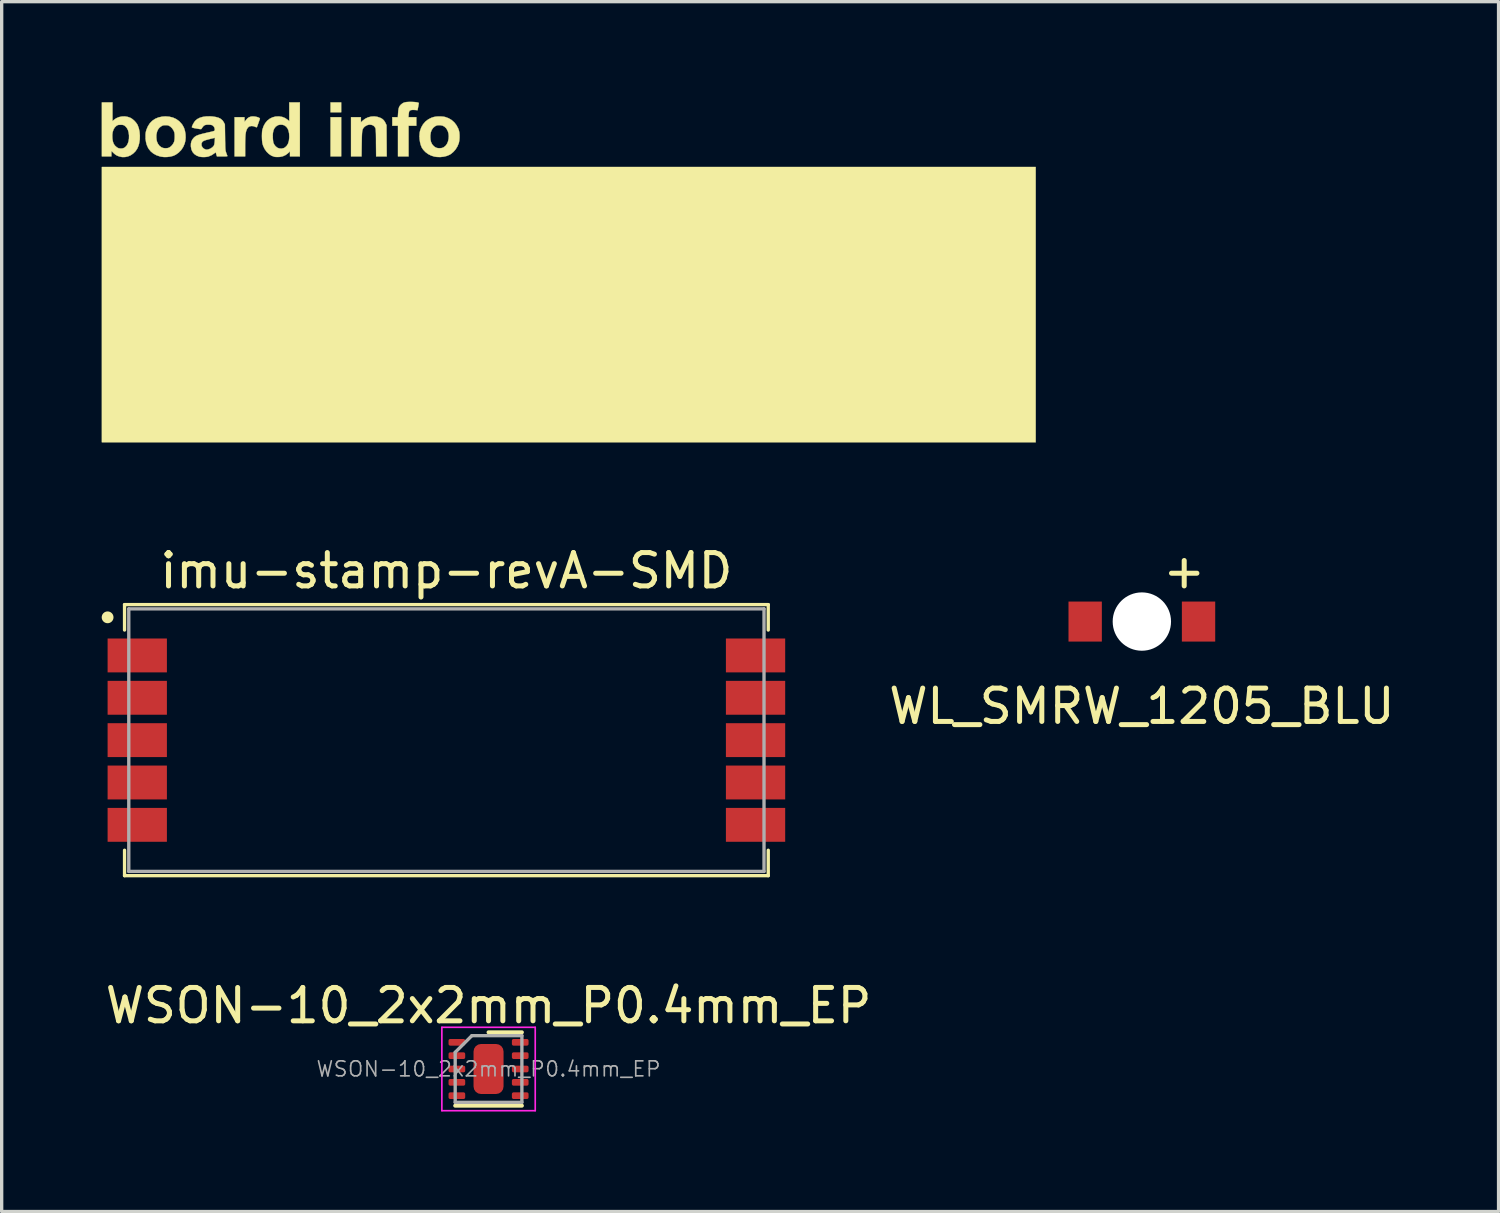
<source format=kicad_pcb>
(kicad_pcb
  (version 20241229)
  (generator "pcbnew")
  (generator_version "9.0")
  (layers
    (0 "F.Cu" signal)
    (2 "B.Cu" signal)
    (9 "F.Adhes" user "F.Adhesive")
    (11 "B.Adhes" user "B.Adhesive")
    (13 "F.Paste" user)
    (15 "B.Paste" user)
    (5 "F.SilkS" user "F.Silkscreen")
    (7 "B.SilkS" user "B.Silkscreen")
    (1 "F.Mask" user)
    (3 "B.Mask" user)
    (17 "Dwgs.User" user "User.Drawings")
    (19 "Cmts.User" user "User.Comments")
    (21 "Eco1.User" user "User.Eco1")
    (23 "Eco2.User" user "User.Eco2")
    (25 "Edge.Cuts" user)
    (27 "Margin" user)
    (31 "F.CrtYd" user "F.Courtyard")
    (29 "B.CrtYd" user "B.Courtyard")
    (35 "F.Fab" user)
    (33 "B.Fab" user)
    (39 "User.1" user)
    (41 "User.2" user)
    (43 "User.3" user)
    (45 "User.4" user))
  (footprint "WSON-10_2x2mm_P0.4mm_EP"
    (layer "F.Cu")
    (at 11.601 29.008)
    (property "Reference" "WSON-10_2x2mm_P0.4mm_EP" (at 0 -1.9 0) (layer "F.SilkS") (effects (font (size 1 1) (thickness 0.15))))
    (attr smd)
    (fp_line (start 1 -1.1) (end 0 -1.1) (stroke (width 0.12) (type solid)) (layer "F.SilkS"))
    (fp_line (start 1 1.1) (end -1 1.1) (stroke (width 0.12) (type solid)) (layer "F.SilkS"))
    (fp_line (start -1.4 1.25) (end -1.4 -1.25) (stroke (width 0.05) (type solid)) (layer "F.CrtYd"))
    (fp_line (start -1.4 1.25) (end 1.4 1.25) (stroke (width 0.05) (type solid)) (layer "F.CrtYd"))
    (fp_line (start 1.4 -1.25) (end -1.4 -1.25) (stroke (width 0.05) (type solid)) (layer "F.CrtYd"))
    (fp_line (start 1.4 -1.25) (end 1.4 1.25) (stroke (width 0.05) (type solid)) (layer "F.CrtYd"))
    (fp_line (start -1 -0.5) (end -1 1) (stroke (width 0.1) (type solid)) (layer "F.Fab"))
    (fp_line (start -0.5 -1) (end -1 -0.5) (stroke (width 0.1) (type solid)) (layer "F.Fab"))
    (fp_line (start 1 -1) (end -0.5 -1) (stroke (width 0.1) (type solid)) (layer "F.Fab"))
    (fp_line (start 1 1) (end -1 1) (stroke (width 0.1) (type solid)) (layer "F.Fab"))
    (fp_line (start 1 1) (end 1 -1) (stroke (width 0.1) (type solid)) (layer "F.Fab"))
    (fp_text user "${REFERENCE}" (at 0 0 0) (layer "F.Fab") (effects (font (size 0.45 0.45) (thickness 0.05))))
    (pad "1" smd roundrect (at -0.95 -0.8) (size 0.5 0.2) (layers "F.Cu" "F.Mask" "F.Paste") (roundrect_rratio 0.25))
    (pad "2" smd roundrect (at -0.95 -0.4) (size 0.5 0.2) (layers "F.Cu" "F.Mask" "F.Paste") (roundrect_rratio 0.25))
    (pad "3" smd roundrect (at -0.95 0) (size 0.5 0.2) (layers "F.Cu" "F.Mask" "F.Paste") (roundrect_rratio 0.25))
    (pad "4" smd roundrect (at -0.95 0.4) (size 0.5 0.2) (layers "F.Cu" "F.Mask" "F.Paste") (roundrect_rratio 0.25))
    (pad "5" smd roundrect (at -0.95 0.8) (size 0.5 0.2) (layers "F.Cu" "F.Mask" "F.Paste") (roundrect_rratio 0.25))
    (pad "6" smd roundrect (at 0.95 0.8) (size 0.5 0.2) (layers "F.Cu" "F.Mask" "F.Paste") (roundrect_rratio 0.25))
    (pad "7" smd roundrect (at 0.95 0.4) (size 0.5 0.2) (layers "F.Cu" "F.Mask" "F.Paste") (roundrect_rratio 0.25))
    (pad "8" smd roundrect (at 0.95 0) (size 0.5 0.2) (layers "F.Cu" "F.Mask" "F.Paste") (roundrect_rratio 0.25))
    (pad "9" smd roundrect (at 0.95 -0.4) (size 0.5 0.2) (layers "F.Cu" "F.Mask" "F.Paste") (roundrect_rratio 0.25))
    (pad "10" smd roundrect (at 0.95 -0.8) (size 0.5 0.2) (layers "F.Cu" "F.Mask" "F.Paste") (roundrect_rratio 0.25))
    (pad "11" smd roundrect (at 0 0) (size 0.9 1.5) (layers "F.Cu" "F.Mask" "F.Paste") (roundrect_rratio 0.25)))
  (footprint "board_info_block_bot"
    (layer "F.Cu")
    (at 14.007 5.101)
    (property "Reference" "board_info_block_bot" (at 0 0 0) (layer "F.SilkS") (effects (font (size 1.27 1.27) (thickness 0.15))))
    (attr through_hole)
    (fp_poly (pts (xy -6.826 -4.784) (xy -7.144 -4.784) (xy -7.144 -5.08) (xy -6.826 -5.08) (xy -6.826 -4.784)) (stroke (width 0.01) (type solid)) (fill yes) (layer "F.SilkS"))
    (fp_poly (pts (xy -6.826 -3.461) (xy -7.144 -3.461) (xy -7.144 -4.636) (xy -6.826 -4.636) (xy -6.826 -3.461)) (stroke (width 0.01) (type solid)) (fill yes) (layer "F.SilkS"))
    (fp_poly (pts (xy 14.002 5.112) (xy -14.002 5.112) (xy -14.002 -3.143) (xy 14.002 -3.143) (xy 14.002 5.112)) (stroke (width 0.01) (type solid)) (fill yes) (layer "F.SilkS"))
    (fp_poly (pts (xy -4.674 -5.094) (xy -4.613 -5.09) (xy -4.562 -5.084) (xy -4.524 -5.076) (xy -4.502 -5.066) (xy -4.498 -5.06) (xy -4.499 -5.048) (xy -4.504 -5.019) (xy -4.511 -4.979) (xy -4.516 -4.95) (xy -4.535 -4.846) (xy -4.622 -4.854) (xy -4.688 -4.855) (xy -4.736 -4.849) (xy -4.769 -4.833) (xy -4.785 -4.813) (xy -4.791 -4.793) (xy -4.797 -4.758) (xy -4.802 -4.717) (xy -4.802 -4.714) (xy -4.808 -4.636) (xy -4.572 -4.636) (xy -4.572 -4.381) (xy -4.805 -4.381) (xy -4.805 -3.461) (xy -5.122 -3.461) (xy -5.122 -4.381) (xy -5.292 -4.381) (xy -5.292 -4.636) (xy -5.126 -4.636) (xy -5.119 -4.749) (xy -5.113 -4.828) (xy -5.103 -4.889) (xy -5.089 -4.937) (xy -5.068 -4.975) (xy -5.04 -5.008) (xy -5.034 -5.014) (xy -4.997 -5.044) (xy -4.959 -5.067) (xy -4.916 -5.082) (xy -4.864 -5.091) (xy -4.798 -5.095) (xy -4.741 -5.096) (xy -4.674 -5.094)) (stroke (width 0.01) (type solid)) (fill yes) (layer "F.SilkS"))
    (fp_poly (pts (xy -9.429 -4.657) (xy -9.382 -4.65) (xy -9.337 -4.639) (xy -9.3 -4.625) (xy -9.273 -4.61) (xy -9.263 -4.595) (xy -9.263 -4.59) (xy -9.268 -4.575) (xy -9.279 -4.545) (xy -9.293 -4.504) (xy -9.308 -4.461) (xy -9.325 -4.414) (xy -9.339 -4.375) (xy -9.35 -4.347) (xy -9.356 -4.336) (xy -9.369 -4.335) (xy -9.394 -4.343) (xy -9.408 -4.35) (xy -9.461 -4.368) (xy -9.517 -4.372) (xy -9.569 -4.363) (xy -9.591 -4.353) (xy -9.627 -4.32) (xy -9.657 -4.269) (xy -9.68 -4.202) (xy -9.694 -4.122) (xy -9.697 -4.085) (xy -9.7 -4.031) (xy -9.702 -3.964) (xy -9.704 -3.888) (xy -9.705 -3.807) (xy -9.705 -3.744) (xy -9.705 -3.461) (xy -10.022 -3.461) (xy -10.022 -4.636) (xy -9.727 -4.636) (xy -9.724 -4.567) (xy -9.721 -4.498) (xy -9.676 -4.556) (xy -9.637 -4.6) (xy -9.597 -4.63) (xy -9.549 -4.649) (xy -9.515 -4.657) (xy -9.475 -4.66) (xy -9.429 -4.657)) (stroke (width 0.01) (type solid)) (fill yes) (layer "F.SilkS"))
    (fp_poly (pts (xy -5.742 -4.648) (xy -5.652 -4.617) (xy -5.644 -4.614) (xy -5.589 -4.582) (xy -5.547 -4.543) (xy -5.512 -4.492) (xy -5.494 -4.456) (xy -5.466 -4.397) (xy -5.463 -3.929) (xy -5.46 -3.461) (xy -5.777 -3.461) (xy -5.781 -3.871) (xy -5.781 -3.976) (xy -5.782 -4.062) (xy -5.783 -4.131) (xy -5.785 -4.185) (xy -5.787 -4.227) (xy -5.789 -4.258) (xy -5.792 -4.282) (xy -5.795 -4.299) (xy -5.8 -4.312) (xy -5.804 -4.321) (xy -5.837 -4.366) (xy -5.881 -4.396) (xy -5.934 -4.411) (xy -5.992 -4.412) (xy -6.049 -4.397) (xy -6.104 -4.366) (xy -6.132 -4.342) (xy -6.15 -4.323) (xy -6.164 -4.304) (xy -6.176 -4.283) (xy -6.185 -4.257) (xy -6.193 -4.224) (xy -6.198 -4.181) (xy -6.202 -4.128) (xy -6.205 -4.061) (xy -6.207 -3.978) (xy -6.209 -3.877) (xy -6.21 -3.829) (xy -6.215 -3.461) (xy -6.53 -3.461) (xy -6.53 -4.636) (xy -6.234 -4.636) (xy -6.234 -4.481) (xy -6.18 -4.533) (xy -6.105 -4.59) (xy -6.021 -4.631) (xy -5.93 -4.654) (xy -5.835 -4.66) (xy -5.742 -4.648)) (stroke (width 0.01) (type solid)) (fill yes) (layer "F.SilkS"))
    (fp_poly (pts (xy -8.065 -3.461) (xy -8.361 -3.461) (xy -8.361 -3.612) (xy -8.414 -3.562) (xy -8.489 -3.504) (xy -8.571 -3.466) (xy -8.662 -3.446) (xy -8.698 -3.444) (xy -8.746 -3.443) (xy -8.791 -3.445) (xy -8.825 -3.449) (xy -8.831 -3.451) (xy -8.915 -3.482) (xy -8.992 -3.533) (xy -9.06 -3.599) (xy -9.118 -3.68) (xy -9.163 -3.772) (xy -9.182 -3.832) (xy -9.191 -3.878) (xy -9.198 -3.94) (xy -9.201 -4.01) (xy -9.202 -4.063) (xy -8.878 -4.063) (xy -8.876 -4.03) (xy -8.873 -3.978) (xy -8.868 -3.929) (xy -8.863 -3.89) (xy -8.859 -3.871) (xy -8.834 -3.818) (xy -8.795 -3.767) (xy -8.747 -3.727) (xy -8.731 -3.717) (xy -8.673 -3.698) (xy -8.611 -3.695) (xy -8.55 -3.709) (xy -8.511 -3.729) (xy -8.458 -3.779) (xy -8.419 -3.843) (xy -8.394 -3.923) (xy -8.383 -4.018) (xy -8.382 -4.05) (xy -8.387 -4.149) (xy -8.404 -4.232) (xy -8.432 -4.298) (xy -8.473 -4.351) (xy -8.526 -4.39) (xy -8.532 -4.393) (xy -8.583 -4.409) (xy -8.641 -4.413) (xy -8.698 -4.405) (xy -8.731 -4.392) (xy -8.786 -4.355) (xy -8.828 -4.304) (xy -8.857 -4.239) (xy -8.873 -4.159) (xy -8.878 -4.063) (xy -9.202 -4.063) (xy -9.202 -4.084) (xy -9.2 -4.155) (xy -9.196 -4.217) (xy -9.188 -4.264) (xy -9.187 -4.265) (xy -9.153 -4.367) (xy -9.104 -4.457) (xy -9.042 -4.531) (xy -8.968 -4.59) (xy -8.884 -4.632) (xy -8.791 -4.656) (xy -8.789 -4.656) (xy -8.689 -4.66) (xy -8.594 -4.645) (xy -8.506 -4.61) (xy -8.427 -4.556) (xy -8.427 -4.556) (xy -8.382 -4.517) (xy -8.382 -5.08) (xy -8.065 -5.08) (xy -8.065 -3.461)) (stroke (width 0.01) (type solid)) (fill yes) (layer "F.SilkS"))
    (fp_poly (pts (xy -13.684 -4.517) (xy -13.641 -4.556) (xy -13.571 -4.605) (xy -13.491 -4.639) (xy -13.403 -4.657) (xy -13.312 -4.66) (xy -13.223 -4.645) (xy -13.147 -4.618) (xy -13.09 -4.583) (xy -13.032 -4.534) (xy -12.98 -4.477) (xy -12.939 -4.418) (xy -12.929 -4.399) (xy -12.894 -4.303) (xy -12.872 -4.196) (xy -12.863 -4.082) (xy -12.866 -3.966) (xy -12.884 -3.854) (xy -12.903 -3.782) (xy -12.942 -3.692) (xy -12.996 -3.613) (xy -13.062 -3.548) (xy -13.137 -3.496) (xy -13.219 -3.461) (xy -13.306 -3.442) (xy -13.395 -3.441) (xy -13.483 -3.46) (xy -13.487 -3.462) (xy -13.535 -3.48) (xy -13.573 -3.499) (xy -13.608 -3.524) (xy -13.648 -3.558) (xy -13.66 -3.571) (xy -13.716 -3.624) (xy -13.716 -3.461) (xy -14.002 -3.461) (xy -14.002 -4.102) (xy -13.69 -4.102) (xy -13.687 -4.007) (xy -13.685 -3.984) (xy -13.674 -3.918) (xy -13.659 -3.867) (xy -13.639 -3.825) (xy -13.611 -3.787) (xy -13.602 -3.776) (xy -13.551 -3.731) (xy -13.497 -3.704) (xy -13.435 -3.696) (xy -13.417 -3.697) (xy -13.37 -3.703) (xy -13.332 -3.719) (xy -13.311 -3.732) (xy -13.264 -3.777) (xy -13.228 -3.838) (xy -13.202 -3.913) (xy -13.189 -3.998) (xy -13.188 -4.091) (xy -13.198 -4.174) (xy -13.219 -4.25) (xy -13.253 -4.314) (xy -13.297 -4.364) (xy -13.312 -4.376) (xy -13.338 -4.392) (xy -13.361 -4.402) (xy -13.389 -4.407) (xy -13.429 -4.408) (xy -13.441 -4.408) (xy -13.484 -4.407) (xy -13.514 -4.404) (xy -13.537 -4.395) (xy -13.561 -4.381) (xy -13.569 -4.375) (xy -13.618 -4.327) (xy -13.654 -4.265) (xy -13.679 -4.188) (xy -13.69 -4.102) (xy -14.002 -4.102) (xy -14.002 -5.08) (xy -13.684 -5.08) (xy -13.684 -4.517)) (stroke (width 0.01) (type solid)) (fill yes) (layer "F.SilkS"))
    (fp_poly (pts (xy -3.833 -4.658) (xy -3.758 -4.652) (xy -3.705 -4.642) (xy -3.605 -4.605) (xy -3.513 -4.551) (xy -3.434 -4.481) (xy -3.368 -4.396) (xy -3.317 -4.299) (xy -3.295 -4.239) (xy -3.282 -4.176) (xy -3.276 -4.1) (xy -3.276 -4.02) (xy -3.282 -3.942) (xy -3.295 -3.873) (xy -3.299 -3.858) (xy -3.339 -3.761) (xy -3.394 -3.672) (xy -3.463 -3.594) (xy -3.54 -3.531) (xy -3.575 -3.51) (xy -3.659 -3.475) (xy -3.755 -3.452) (xy -3.858 -3.441) (xy -3.961 -3.445) (xy -4.032 -3.456) (xy -4.128 -3.486) (xy -4.217 -3.531) (xy -4.297 -3.59) (xy -4.363 -3.659) (xy -4.406 -3.722) (xy -4.437 -3.797) (xy -4.46 -3.885) (xy -4.474 -3.981) (xy -4.477 -4.053) (xy -4.153 -4.053) (xy -4.147 -3.967) (xy -4.132 -3.896) (xy -4.104 -3.836) (xy -4.073 -3.794) (xy -4.025 -3.749) (xy -3.977 -3.721) (xy -3.922 -3.708) (xy -3.867 -3.707) (xy -3.821 -3.71) (xy -3.786 -3.719) (xy -3.753 -3.734) (xy -3.74 -3.742) (xy -3.689 -3.785) (xy -3.649 -3.843) (xy -3.621 -3.911) (xy -3.604 -3.987) (xy -3.599 -4.066) (xy -3.606 -4.144) (xy -3.627 -4.217) (xy -3.661 -4.282) (xy -3.679 -4.307) (xy -3.728 -4.353) (xy -3.782 -4.382) (xy -3.845 -4.396) (xy -3.879 -4.397) (xy -3.923 -4.396) (xy -3.956 -4.39) (xy -3.986 -4.377) (xy -4.004 -4.368) (xy -4.064 -4.321) (xy -4.108 -4.259) (xy -4.138 -4.183) (xy -4.151 -4.093) (xy -4.153 -4.053) (xy -4.477 -4.053) (xy -4.478 -4.077) (xy -4.471 -4.169) (xy -4.46 -4.227) (xy -4.423 -4.331) (xy -4.369 -4.424) (xy -4.3 -4.504) (xy -4.217 -4.569) (xy -4.122 -4.618) (xy -4.053 -4.641) (xy -3.989 -4.653) (xy -3.913 -4.659) (xy -3.833 -4.658)) (stroke (width 0.01) (type solid)) (fill yes) (layer "F.SilkS"))
    (fp_poly (pts (xy -11.977 -4.651) (xy -11.868 -4.624) (xy -11.771 -4.579) (xy -11.684 -4.516) (xy -11.609 -4.435) (xy -11.582 -4.397) (xy -11.54 -4.319) (xy -11.511 -4.228) (xy -11.494 -4.129) (xy -11.49 -4.027) (xy -11.499 -3.927) (xy -11.519 -3.846) (xy -11.563 -3.744) (xy -11.624 -3.652) (xy -11.702 -3.573) (xy -11.791 -3.51) (xy -11.864 -3.477) (xy -11.951 -3.455) (xy -12.045 -3.443) (xy -12.141 -3.442) (xy -12.233 -3.454) (xy -12.262 -3.461) (xy -12.368 -3.497) (xy -12.461 -3.549) (xy -12.538 -3.613) (xy -12.6 -3.69) (xy -12.619 -3.724) (xy -12.654 -3.802) (xy -12.677 -3.885) (xy -12.69 -3.976) (xy -12.692 -4.059) (xy -12.692 -4.09) (xy -12.368 -4.09) (xy -12.368 -3.999) (xy -12.353 -3.915) (xy -12.322 -3.842) (xy -12.279 -3.782) (xy -12.222 -3.737) (xy -12.198 -3.724) (xy -12.145 -3.709) (xy -12.085 -3.705) (xy -12.025 -3.711) (xy -11.985 -3.724) (xy -11.941 -3.753) (xy -11.897 -3.796) (xy -11.861 -3.847) (xy -11.836 -3.898) (xy -11.825 -3.945) (xy -11.819 -4.004) (xy -11.818 -4.068) (xy -11.82 -4.13) (xy -11.828 -4.18) (xy -11.83 -4.187) (xy -11.857 -4.249) (xy -11.898 -4.307) (xy -11.947 -4.354) (xy -11.964 -4.365) (xy -11.996 -4.383) (xy -12.024 -4.393) (xy -12.059 -4.397) (xy -12.091 -4.397) (xy -12.136 -4.396) (xy -12.169 -4.39) (xy -12.199 -4.377) (xy -12.215 -4.368) (xy -12.274 -4.325) (xy -12.317 -4.27) (xy -12.347 -4.203) (xy -12.365 -4.121) (xy -12.368 -4.09) (xy -12.692 -4.09) (xy -12.692 -4.118) (xy -12.688 -4.163) (xy -12.681 -4.204) (xy -12.669 -4.247) (xy -12.665 -4.261) (xy -12.62 -4.366) (xy -12.562 -4.456) (xy -12.489 -4.53) (xy -12.403 -4.588) (xy -12.305 -4.629) (xy -12.196 -4.653) (xy -12.096 -4.66) (xy -11.977 -4.651)) (stroke (width 0.01) (type solid)) (fill yes) (layer "F.SilkS"))
    (fp_poly (pts (xy -10.683 -4.657) (xy -10.582 -4.642) (xy -10.499 -4.618) (xy -10.433 -4.583) (xy -10.381 -4.537) (xy -10.344 -4.48) (xy -10.343 -4.479) (xy -10.313 -4.419) (xy -10.307 -4.032) (xy -10.306 -3.931) (xy -10.304 -3.849) (xy -10.303 -3.784) (xy -10.301 -3.732) (xy -10.299 -3.691) (xy -10.296 -3.66) (xy -10.293 -3.635) (xy -10.288 -3.615) (xy -10.283 -3.596) (xy -10.276 -3.577) (xy -10.275 -3.572) (xy -10.261 -3.533) (xy -10.248 -3.5) (xy -10.24 -3.48) (xy -10.24 -3.479) (xy -10.238 -3.472) (xy -10.242 -3.467) (xy -10.255 -3.464) (xy -10.28 -3.462) (xy -10.319 -3.461) (xy -10.375 -3.461) (xy -10.392 -3.461) (xy -10.551 -3.461) (xy -10.57 -3.523) (xy -10.588 -3.585) (xy -10.631 -3.551) (xy -10.711 -3.498) (xy -10.801 -3.46) (xy -10.821 -3.454) (xy -10.875 -3.445) (xy -10.939 -3.441) (xy -11.005 -3.443) (xy -11.063 -3.45) (xy -11.081 -3.454) (xy -11.163 -3.486) (xy -11.23 -3.532) (xy -11.281 -3.592) (xy -11.315 -3.664) (xy -11.331 -3.749) (xy -11.333 -3.764) (xy -11.332 -3.809) (xy -11.016 -3.809) (xy -11.005 -3.765) (xy -10.979 -3.725) (xy -10.943 -3.692) (xy -10.897 -3.67) (xy -10.858 -3.663) (xy -10.838 -3.665) (xy -10.808 -3.672) (xy -10.789 -3.677) (xy -10.735 -3.701) (xy -10.686 -3.736) (xy -10.648 -3.778) (xy -10.64 -3.792) (xy -10.63 -3.824) (xy -10.622 -3.871) (xy -10.617 -3.923) (xy -10.612 -4.019) (xy -10.738 -3.989) (xy -10.813 -3.97) (xy -10.871 -3.954) (xy -10.914 -3.941) (xy -10.945 -3.928) (xy -10.968 -3.914) (xy -10.985 -3.899) (xy -10.992 -3.892) (xy -11.013 -3.852) (xy -11.016 -3.809) (xy -11.332 -3.809) (xy -11.332 -3.842) (xy -11.318 -3.907) (xy -11.29 -3.964) (xy -11.258 -4.006) (xy -11.234 -4.032) (xy -11.208 -4.053) (xy -11.178 -4.073) (xy -11.142 -4.09) (xy -11.096 -4.107) (xy -11.039 -4.125) (xy -10.968 -4.143) (xy -10.881 -4.164) (xy -10.79 -4.185) (xy -10.726 -4.199) (xy -10.68 -4.21) (xy -10.648 -4.22) (xy -10.629 -4.23) (xy -10.619 -4.242) (xy -10.616 -4.255) (xy -10.615 -4.267) (xy -10.624 -4.316) (xy -10.648 -4.36) (xy -10.683 -4.391) (xy -10.689 -4.395) (xy -10.729 -4.407) (xy -10.785 -4.413) (xy -10.806 -4.413) (xy -10.865 -4.411) (xy -10.91 -4.4) (xy -10.945 -4.38) (xy -10.977 -4.345) (xy -11.011 -4.294) (xy -11.012 -4.291) (xy -11.018 -4.284) (xy -11.027 -4.28) (xy -11.042 -4.279) (xy -11.067 -4.281) (xy -11.107 -4.287) (xy -11.163 -4.297) (xy -11.163 -4.297) (xy -11.222 -4.307) (xy -11.262 -4.316) (xy -11.287 -4.324) (xy -11.3 -4.331) (xy -11.303 -4.338) (xy -11.297 -4.363) (xy -11.282 -4.399) (xy -11.261 -4.441) (xy -11.236 -4.482) (xy -11.211 -4.518) (xy -11.201 -4.529) (xy -11.142 -4.58) (xy -11.066 -4.619) (xy -10.975 -4.646) (xy -10.871 -4.66) (xy -10.756 -4.662) (xy -10.683 -4.657)) (stroke (width 0.01) (type solid)) (fill yes) (layer "F.SilkS")))
  (footprint "WL_SMRW_1205_BLU"
    (layer "F.Cu")
    (at 31.193 15.59)
    (property "Reference" "WL_SMRW_1205_BLU" (at 0 2.54 0) (layer "F.SilkS") (effects (font (size 1 1) (thickness 0.15))))
    (attr through_hole)
    (fp_text user "+" (at 1.27 -1.524 0) (layer "F.SilkS") (effects (font (size 1 1) (thickness 0.15))))
    (pad "" np_thru_hole circle (at 0 0) (size 1.75 1.75) (drill 1.75) (layers "*.Cu" "*.Mask"))
    (pad "1" smd rect (at -1.7 0) (size 1 1.2) (layers "F.Cu" "F.Mask" "F.Paste"))
    (pad "2" smd rect (at 1.7 0 180) (size 1 1.2) (layers "F.Cu" "F.Mask" "F.Paste")))
  (footprint "imu-stamp-revA-SMD"
    (layer "F.Cu")
    (at 10.337 19.146)
    (property "Reference" "imu-stamp-revA-SMD" (at 0 -5.08 0) (unlocked yes) (layer "F.SilkS") (effects (font (size 1 1) (thickness 0.15))))
    (attr smd)
    (fp_line (start -9.652 -4.064) (end 9.652 -4.064) (stroke (width 0.1) (type solid)) (layer "F.SilkS"))
    (fp_line (start -9.652 -3.302) (end -9.652 -4.064) (stroke (width 0.1) (type solid)) (layer "F.SilkS"))
    (fp_line (start -9.652 3.302) (end -9.652 4.064) (stroke (width 0.1) (type solid)) (layer "F.SilkS"))
    (fp_line (start -9.652 4.064) (end 9.652 4.064) (stroke (width 0.1) (type solid)) (layer "F.SilkS"))
    (fp_line (start 9.652 -3.302) (end 9.652 -4.064) (stroke (width 0.1) (type solid)) (layer "F.SilkS"))
    (fp_line (start 9.652 3.302) (end 9.652 4.064) (stroke (width 0.1) (type solid)) (layer "F.SilkS"))
    (fp_circle (center -10.16 -3.683) (end -10.033 -3.683) (stroke (width 0.1) (type solid)) (fill yes) (layer "F.SilkS"))
    (fp_line (start -9.525 -3.937) (end 9.525 -3.937) (stroke (width 0.1) (type solid)) (layer "F.Fab"))
    (fp_line (start -9.525 3.937) (end -9.525 -3.937) (stroke (width 0.1) (type solid)) (layer "F.Fab"))
    (fp_line (start -9.525 3.937) (end 9.525 3.937) (stroke (width 0.1) (type solid)) (layer "F.Fab"))
    (fp_line (start 9.525 3.937) (end 9.525 -3.937) (stroke (width 0.1) (type solid)) (layer "F.Fab"))
    (pad "1" smd rect (at -9.271 -2.54 180) (size 1.778 1.016) (layers "F.Cu" "F.Mask" "F.Paste"))
    (pad "2" smd rect (at -9.271 -1.27 180) (size 1.778 1.016) (layers "F.Cu" "F.Mask" "F.Paste"))
    (pad "3" smd rect (at -9.271 0 180) (size 1.778 1.016) (layers "F.Cu" "F.Mask" "F.Paste"))
    (pad "4" smd rect (at -9.271 1.27 180) (size 1.778 1.016) (layers "F.Cu" "F.Mask" "F.Paste"))
    (pad "5" smd rect (at -9.271 2.54 180) (size 1.778 1.016) (layers "F.Cu" "F.Mask" "F.Paste"))
    (pad "6" smd rect (at 9.271 2.54) (size 1.778 1.016) (layers "F.Cu" "F.Mask" "F.Paste"))
    (pad "7" smd rect (at 9.271 1.27) (size 1.778 1.016) (layers "F.Cu" "F.Mask" "F.Paste"))
    (pad "8" smd rect (at 9.271 0) (size 1.778 1.016) (layers "F.Cu" "F.Mask" "F.Paste"))
    (pad "9" smd rect (at 9.271 -1.27) (size 1.778 1.016) (layers "F.Cu" "F.Mask" "F.Paste"))
    (pad "10" smd rect (at 9.271 -2.54) (size 1.778 1.016) (layers "F.Cu" "F.Mask" "F.Paste")))
  (gr_rect
    (start -3 -3)
    (end 41.89 33.283)
    (stroke (width 0.1) (type default))
    (fill no)
    (layer "Edge.Cuts")))
</source>
